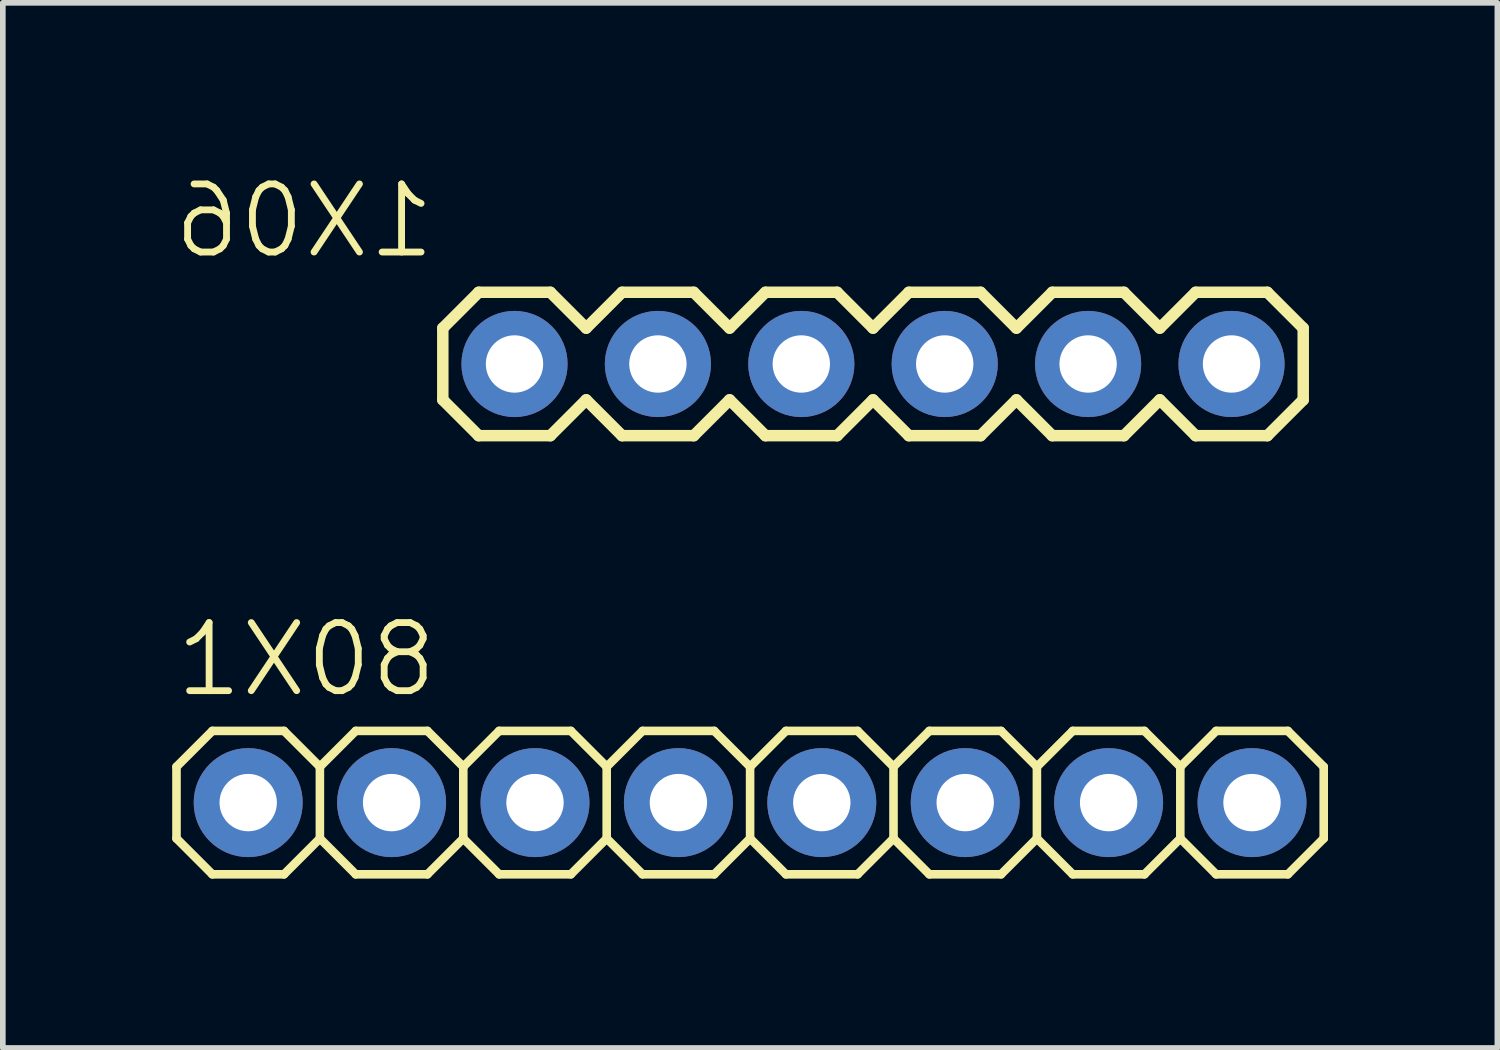
<source format=kicad_pcb>
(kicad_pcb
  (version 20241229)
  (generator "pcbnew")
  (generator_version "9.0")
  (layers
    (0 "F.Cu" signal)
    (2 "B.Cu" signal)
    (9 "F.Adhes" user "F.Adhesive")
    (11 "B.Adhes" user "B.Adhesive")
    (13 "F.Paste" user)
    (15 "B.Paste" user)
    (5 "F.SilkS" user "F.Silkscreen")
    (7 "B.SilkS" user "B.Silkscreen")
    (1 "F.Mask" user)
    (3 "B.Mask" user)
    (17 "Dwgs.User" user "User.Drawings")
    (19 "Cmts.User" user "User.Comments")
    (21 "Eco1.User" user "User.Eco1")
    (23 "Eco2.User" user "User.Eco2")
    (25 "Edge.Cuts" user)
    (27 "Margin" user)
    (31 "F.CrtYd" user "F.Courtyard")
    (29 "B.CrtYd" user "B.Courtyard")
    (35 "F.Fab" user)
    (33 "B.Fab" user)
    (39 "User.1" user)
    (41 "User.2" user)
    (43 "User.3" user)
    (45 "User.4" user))
  (footprint "1X06"
    (layer "F.Cu")
    (at 6.063 3.397)
    (property "Reference" "1X06" (at -1.346 -1.829 0) (layer "F.SilkS") (effects (font (size 1.206 1.206) (thickness 0.121)) (justify left bottom mirror)))
    (attr through_hole)
    (fp_line (start -1.27 -0.635) (end -1.27 0.635) (stroke (width 0.203) (type solid)) (layer "F.SilkS"))
    (fp_line (start -1.27 0.635) (end -0.635 1.27) (stroke (width 0.203) (type solid)) (layer "F.SilkS"))
    (fp_line (start -0.635 -1.27) (end -1.27 -0.635) (stroke (width 0.203) (type solid)) (layer "F.SilkS"))
    (fp_line (start -0.635 -1.27) (end 0.635 -1.27) (stroke (width 0.203) (type solid)) (layer "F.SilkS"))
    (fp_line (start 0.635 -1.27) (end 1.27 -0.635) (stroke (width 0.203) (type solid)) (layer "F.SilkS"))
    (fp_line (start 0.635 1.27) (end -0.635 1.27) (stroke (width 0.203) (type solid)) (layer "F.SilkS"))
    (fp_line (start 1.27 -0.635) (end 1.905 -1.27) (stroke (width 0.203) (type solid)) (layer "F.SilkS"))
    (fp_line (start 1.27 0.635) (end 0.635 1.27) (stroke (width 0.203) (type solid)) (layer "F.SilkS"))
    (fp_line (start 1.905 -1.27) (end 3.175 -1.27) (stroke (width 0.203) (type solid)) (layer "F.SilkS"))
    (fp_line (start 1.905 1.27) (end 1.27 0.635) (stroke (width 0.203) (type solid)) (layer "F.SilkS"))
    (fp_line (start 3.175 -1.27) (end 3.81 -0.635) (stroke (width 0.203) (type solid)) (layer "F.SilkS"))
    (fp_line (start 3.175 1.27) (end 1.905 1.27) (stroke (width 0.203) (type solid)) (layer "F.SilkS"))
    (fp_line (start 3.81 -0.635) (end 4.445 -1.27) (stroke (width 0.203) (type solid)) (layer "F.SilkS"))
    (fp_line (start 3.81 0.635) (end 3.175 1.27) (stroke (width 0.203) (type solid)) (layer "F.SilkS"))
    (fp_line (start 4.445 -1.27) (end 5.715 -1.27) (stroke (width 0.203) (type solid)) (layer "F.SilkS"))
    (fp_line (start 4.445 1.27) (end 3.81 0.635) (stroke (width 0.203) (type solid)) (layer "F.SilkS"))
    (fp_line (start 5.715 -1.27) (end 6.35 -0.635) (stroke (width 0.203) (type solid)) (layer "F.SilkS"))
    (fp_line (start 5.715 1.27) (end 4.445 1.27) (stroke (width 0.203) (type solid)) (layer "F.SilkS"))
    (fp_line (start 6.35 0.635) (end 5.715 1.27) (stroke (width 0.203) (type solid)) (layer "F.SilkS"))
    (fp_line (start 6.35 0.635) (end 6.985 1.27) (stroke (width 0.203) (type solid)) (layer "F.SilkS"))
    (fp_line (start 6.985 -1.27) (end 6.35 -0.635) (stroke (width 0.203) (type solid)) (layer "F.SilkS"))
    (fp_line (start 6.985 -1.27) (end 8.255 -1.27) (stroke (width 0.203) (type solid)) (layer "F.SilkS"))
    (fp_line (start 8.255 -1.27) (end 8.89 -0.635) (stroke (width 0.203) (type solid)) (layer "F.SilkS"))
    (fp_line (start 8.255 1.27) (end 6.985 1.27) (stroke (width 0.203) (type solid)) (layer "F.SilkS"))
    (fp_line (start 8.89 -0.635) (end 9.525 -1.27) (stroke (width 0.203) (type solid)) (layer "F.SilkS"))
    (fp_line (start 8.89 0.635) (end 8.255 1.27) (stroke (width 0.203) (type solid)) (layer "F.SilkS"))
    (fp_line (start 9.525 -1.27) (end 10.795 -1.27) (stroke (width 0.203) (type solid)) (layer "F.SilkS"))
    (fp_line (start 9.525 1.27) (end 8.89 0.635) (stroke (width 0.203) (type solid)) (layer "F.SilkS"))
    (fp_line (start 10.795 -1.27) (end 11.43 -0.635) (stroke (width 0.203) (type solid)) (layer "F.SilkS"))
    (fp_line (start 10.795 1.27) (end 9.525 1.27) (stroke (width 0.203) (type solid)) (layer "F.SilkS"))
    (fp_line (start 11.43 -0.635) (end 12.065 -1.27) (stroke (width 0.203) (type solid)) (layer "F.SilkS"))
    (fp_line (start 11.43 0.635) (end 10.795 1.27) (stroke (width 0.203) (type solid)) (layer "F.SilkS"))
    (fp_line (start 12.065 -1.27) (end 13.335 -1.27) (stroke (width 0.203) (type solid)) (layer "F.SilkS"))
    (fp_line (start 12.065 1.27) (end 11.43 0.635) (stroke (width 0.203) (type solid)) (layer "F.SilkS"))
    (fp_line (start 13.335 -1.27) (end 13.97 -0.635) (stroke (width 0.203) (type solid)) (layer "F.SilkS"))
    (fp_line (start 13.335 1.27) (end 12.065 1.27) (stroke (width 0.203) (type solid)) (layer "F.SilkS"))
    (fp_line (start 13.97 -0.635) (end 13.97 0.635) (stroke (width 0.203) (type solid)) (layer "F.SilkS"))
    (fp_line (start 13.97 0.635) (end 13.335 1.27) (stroke (width 0.203) (type solid)) (layer "F.SilkS"))
    (fp_poly (pts (xy -0.254 0.254) (xy 0.254 0.254) (xy 0.254 -0.254) (xy -0.254 -0.254)) (stroke (width 0.1) (type solid)) (fill no) (layer "F.Fab"))
    (fp_poly (pts (xy 2.286 0.254) (xy 2.794 0.254) (xy 2.794 -0.254) (xy 2.286 -0.254)) (stroke (width 0.1) (type solid)) (fill no) (layer "F.Fab"))
    (fp_poly (pts (xy 4.826 0.254) (xy 5.334 0.254) (xy 5.334 -0.254) (xy 4.826 -0.254)) (stroke (width 0.1) (type solid)) (fill no) (layer "F.Fab"))
    (fp_poly (pts (xy 7.366 0.254) (xy 7.874 0.254) (xy 7.874 -0.254) (xy 7.366 -0.254)) (stroke (width 0.1) (type solid)) (fill no) (layer "F.Fab"))
    (fp_poly (pts (xy 9.906 0.254) (xy 10.414 0.254) (xy 10.414 -0.254) (xy 9.906 -0.254)) (stroke (width 0.1) (type solid)) (fill no) (layer "F.Fab"))
    (fp_poly (pts (xy 12.446 0.254) (xy 12.954 0.254) (xy 12.954 -0.254) (xy 12.446 -0.254)) (stroke (width 0.1) (type solid)) (fill no) (layer "F.Fab"))
    (pad "1" thru_hole circle (at 0 0 90) (size 1.88 1.88) (drill 1.016) (layers "*.Cu" "*.Mask"))
    (pad "2" thru_hole circle (at 2.54 0 90) (size 1.88 1.88) (drill 1.016) (layers "*.Cu" "*.Mask"))
    (pad "3" thru_hole circle (at 5.08 0 90) (size 1.88 1.88) (drill 1.016) (layers "*.Cu" "*.Mask"))
    (pad "4" thru_hole circle (at 7.62 0 90) (size 1.88 1.88) (drill 1.016) (layers "*.Cu" "*.Mask"))
    (pad "5" thru_hole circle (at 10.16 0 90) (size 1.88 1.88) (drill 1.016) (layers "*.Cu" "*.Mask"))
    (pad "6" thru_hole circle (at 12.7 0 90) (size 1.88 1.88) (drill 1.016) (layers "*.Cu" "*.Mask")))
  (footprint "1X08"
    (layer "F.Cu")
    (at 10.236 11.166)
    (property "Reference" "1X08" (at -10.236 -1.829 180) (layer "F.SilkS") (effects (font (size 1.206 1.206) (thickness 0.121)) (justify left bottom)))
    (attr through_hole)
    (fp_line (start -10.16 -0.635) (end -10.16 0.635) (stroke (width 0.152) (type solid)) (layer "F.SilkS"))
    (fp_line (start -10.16 0.635) (end -9.525 1.27) (stroke (width 0.152) (type solid)) (layer "F.SilkS"))
    (fp_line (start -9.525 -1.27) (end -10.16 -0.635) (stroke (width 0.152) (type solid)) (layer "F.SilkS"))
    (fp_line (start -9.525 -1.27) (end -8.255 -1.27) (stroke (width 0.152) (type solid)) (layer "F.SilkS"))
    (fp_line (start -8.255 -1.27) (end -7.62 -0.635) (stroke (width 0.152) (type solid)) (layer "F.SilkS"))
    (fp_line (start -8.255 1.27) (end -9.525 1.27) (stroke (width 0.152) (type solid)) (layer "F.SilkS"))
    (fp_line (start -7.62 -0.635) (end -7.62 0.635) (stroke (width 0.152) (type solid)) (layer "F.SilkS"))
    (fp_line (start -7.62 -0.635) (end -6.985 -1.27) (stroke (width 0.152) (type solid)) (layer "F.SilkS"))
    (fp_line (start -7.62 0.635) (end -8.255 1.27) (stroke (width 0.152) (type solid)) (layer "F.SilkS"))
    (fp_line (start -6.985 -1.27) (end -5.715 -1.27) (stroke (width 0.152) (type solid)) (layer "F.SilkS"))
    (fp_line (start -6.985 1.27) (end -7.62 0.635) (stroke (width 0.152) (type solid)) (layer "F.SilkS"))
    (fp_line (start -5.715 -1.27) (end -5.08 -0.635) (stroke (width 0.152) (type solid)) (layer "F.SilkS"))
    (fp_line (start -5.715 1.27) (end -6.985 1.27) (stroke (width 0.152) (type solid)) (layer "F.SilkS"))
    (fp_line (start -5.08 -0.635) (end -5.08 0.635) (stroke (width 0.152) (type solid)) (layer "F.SilkS"))
    (fp_line (start -5.08 -0.635) (end -4.445 -1.27) (stroke (width 0.152) (type solid)) (layer "F.SilkS"))
    (fp_line (start -5.08 0.635) (end -5.715 1.27) (stroke (width 0.152) (type solid)) (layer "F.SilkS"))
    (fp_line (start -4.445 -1.27) (end -3.175 -1.27) (stroke (width 0.152) (type solid)) (layer "F.SilkS"))
    (fp_line (start -4.445 1.27) (end -5.08 0.635) (stroke (width 0.152) (type solid)) (layer "F.SilkS"))
    (fp_line (start -3.175 -1.27) (end -2.54 -0.635) (stroke (width 0.152) (type solid)) (layer "F.SilkS"))
    (fp_line (start -3.175 1.27) (end -4.445 1.27) (stroke (width 0.152) (type solid)) (layer "F.SilkS"))
    (fp_line (start -2.54 -0.635) (end -2.54 0.635) (stroke (width 0.152) (type solid)) (layer "F.SilkS"))
    (fp_line (start -2.54 0.635) (end -3.175 1.27) (stroke (width 0.152) (type solid)) (layer "F.SilkS"))
    (fp_line (start -2.54 0.635) (end -1.905 1.27) (stroke (width 0.152) (type solid)) (layer "F.SilkS"))
    (fp_line (start -1.905 -1.27) (end -2.54 -0.635) (stroke (width 0.152) (type solid)) (layer "F.SilkS"))
    (fp_line (start -1.905 -1.27) (end -0.635 -1.27) (stroke (width 0.152) (type solid)) (layer "F.SilkS"))
    (fp_line (start -0.635 -1.27) (end 0 -0.635) (stroke (width 0.152) (type solid)) (layer "F.SilkS"))
    (fp_line (start -0.635 1.27) (end -1.905 1.27) (stroke (width 0.152) (type solid)) (layer "F.SilkS"))
    (fp_line (start 0 -0.635) (end 0 0.635) (stroke (width 0.152) (type solid)) (layer "F.SilkS"))
    (fp_line (start 0 -0.635) (end 0.635 -1.27) (stroke (width 0.152) (type solid)) (layer "F.SilkS"))
    (fp_line (start 0 0.635) (end -0.635 1.27) (stroke (width 0.152) (type solid)) (layer "F.SilkS"))
    (fp_line (start 0.635 -1.27) (end 1.905 -1.27) (stroke (width 0.152) (type solid)) (layer "F.SilkS"))
    (fp_line (start 0.635 1.27) (end 0 0.635) (stroke (width 0.152) (type solid)) (layer "F.SilkS"))
    (fp_line (start 1.905 -1.27) (end 2.54 -0.635) (stroke (width 0.152) (type solid)) (layer "F.SilkS"))
    (fp_line (start 1.905 1.27) (end 0.635 1.27) (stroke (width 0.152) (type solid)) (layer "F.SilkS"))
    (fp_line (start 2.54 -0.635) (end 2.54 0.635) (stroke (width 0.152) (type solid)) (layer "F.SilkS"))
    (fp_line (start 2.54 -0.635) (end 3.175 -1.27) (stroke (width 0.152) (type solid)) (layer "F.SilkS"))
    (fp_line (start 2.54 0.635) (end 1.905 1.27) (stroke (width 0.152) (type solid)) (layer "F.SilkS"))
    (fp_line (start 3.175 -1.27) (end 4.445 -1.27) (stroke (width 0.152) (type solid)) (layer "F.SilkS"))
    (fp_line (start 3.175 1.27) (end 2.54 0.635) (stroke (width 0.152) (type solid)) (layer "F.SilkS"))
    (fp_line (start 4.445 -1.27) (end 5.08 -0.635) (stroke (width 0.152) (type solid)) (layer "F.SilkS"))
    (fp_line (start 4.445 1.27) (end 3.175 1.27) (stroke (width 0.152) (type solid)) (layer "F.SilkS"))
    (fp_line (start 5.08 -0.635) (end 5.08 0.635) (stroke (width 0.152) (type solid)) (layer "F.SilkS"))
    (fp_line (start 5.08 0.635) (end 4.445 1.27) (stroke (width 0.152) (type solid)) (layer "F.SilkS"))
    (fp_line (start 5.08 0.635) (end 5.715 1.27) (stroke (width 0.152) (type solid)) (layer "F.SilkS"))
    (fp_line (start 5.715 -1.27) (end 5.08 -0.635) (stroke (width 0.152) (type solid)) (layer "F.SilkS"))
    (fp_line (start 5.715 -1.27) (end 6.985 -1.27) (stroke (width 0.152) (type solid)) (layer "F.SilkS"))
    (fp_line (start 6.985 -1.27) (end 7.62 -0.635) (stroke (width 0.152) (type solid)) (layer "F.SilkS"))
    (fp_line (start 6.985 1.27) (end 5.715 1.27) (stroke (width 0.152) (type solid)) (layer "F.SilkS"))
    (fp_line (start 7.62 -0.635) (end 7.62 0.635) (stroke (width 0.152) (type solid)) (layer "F.SilkS"))
    (fp_line (start 7.62 0.635) (end 6.985 1.27) (stroke (width 0.152) (type solid)) (layer "F.SilkS"))
    (fp_line (start 7.62 0.635) (end 8.255 1.27) (stroke (width 0.152) (type solid)) (layer "F.SilkS"))
    (fp_line (start 8.255 -1.27) (end 7.62 -0.635) (stroke (width 0.152) (type solid)) (layer "F.SilkS"))
    (fp_line (start 8.255 -1.27) (end 9.525 -1.27) (stroke (width 0.152) (type solid)) (layer "F.SilkS"))
    (fp_line (start 9.525 -1.27) (end 10.16 -0.635) (stroke (width 0.152) (type solid)) (layer "F.SilkS"))
    (fp_line (start 9.525 1.27) (end 8.255 1.27) (stroke (width 0.152) (type solid)) (layer "F.SilkS"))
    (fp_line (start 10.16 -0.635) (end 10.16 0.635) (stroke (width 0.152) (type solid)) (layer "F.SilkS"))
    (fp_line (start 10.16 0.635) (end 9.525 1.27) (stroke (width 0.152) (type solid)) (layer "F.SilkS"))
    (fp_poly (pts (xy -9.144 0.254) (xy -8.636 0.254) (xy -8.636 -0.254) (xy -9.144 -0.254)) (stroke (width 0.1) (type solid)) (fill no) (layer "F.Fab"))
    (fp_poly (pts (xy -6.604 0.254) (xy -6.096 0.254) (xy -6.096 -0.254) (xy -6.604 -0.254)) (stroke (width 0.1) (type solid)) (fill no) (layer "F.Fab"))
    (fp_poly (pts (xy -4.064 0.254) (xy -3.556 0.254) (xy -3.556 -0.254) (xy -4.064 -0.254)) (stroke (width 0.1) (type solid)) (fill no) (layer "F.Fab"))
    (fp_poly (pts (xy -1.524 0.254) (xy -1.016 0.254) (xy -1.016 -0.254) (xy -1.524 -0.254)) (stroke (width 0.1) (type solid)) (fill no) (layer "F.Fab"))
    (fp_poly (pts (xy 1.016 0.254) (xy 1.524 0.254) (xy 1.524 -0.254) (xy 1.016 -0.254)) (stroke (width 0.1) (type solid)) (fill no) (layer "F.Fab"))
    (fp_poly (pts (xy 3.556 0.254) (xy 4.064 0.254) (xy 4.064 -0.254) (xy 3.556 -0.254)) (stroke (width 0.1) (type solid)) (fill no) (layer "F.Fab"))
    (fp_poly (pts (xy 6.096 0.254) (xy 6.604 0.254) (xy 6.604 -0.254) (xy 6.096 -0.254)) (stroke (width 0.1) (type solid)) (fill no) (layer "F.Fab"))
    (fp_poly (pts (xy 8.636 0.254) (xy 9.144 0.254) (xy 9.144 -0.254) (xy 8.636 -0.254)) (stroke (width 0.1) (type solid)) (fill no) (layer "F.Fab"))
    (pad "1" thru_hole circle (at -8.89 0 90) (size 1.93 1.93) (drill 1.016) (layers "*.Cu" "*.Mask"))
    (pad "2" thru_hole circle (at -6.35 0 90) (size 1.93 1.93) (drill 1.016) (layers "*.Cu" "*.Mask"))
    (pad "3" thru_hole circle (at -3.81 0 90) (size 1.93 1.93) (drill 1.016) (layers "*.Cu" "*.Mask"))
    (pad "4" thru_hole circle (at -1.27 0 90) (size 1.93 1.93) (drill 1.016) (layers "*.Cu" "*.Mask"))
    (pad "5" thru_hole circle (at 1.27 0 90) (size 1.93 1.93) (drill 1.016) (layers "*.Cu" "*.Mask"))
    (pad "6" thru_hole circle (at 3.81 0 90) (size 1.93 1.93) (drill 1.016) (layers "*.Cu" "*.Mask"))
    (pad "7" thru_hole circle (at 6.35 0 90) (size 1.93 1.93) (drill 1.016) (layers "*.Cu" "*.Mask"))
    (pad "8" thru_hole circle (at 8.89 0 90) (size 1.93 1.93) (drill 1.016) (layers "*.Cu" "*.Mask")))
  (gr_rect
    (start -3 -3)
    (end 23.472 15.512)
    (stroke (width 0.1) (type default))
    (fill no)
    (layer "Edge.Cuts")))
</source>
